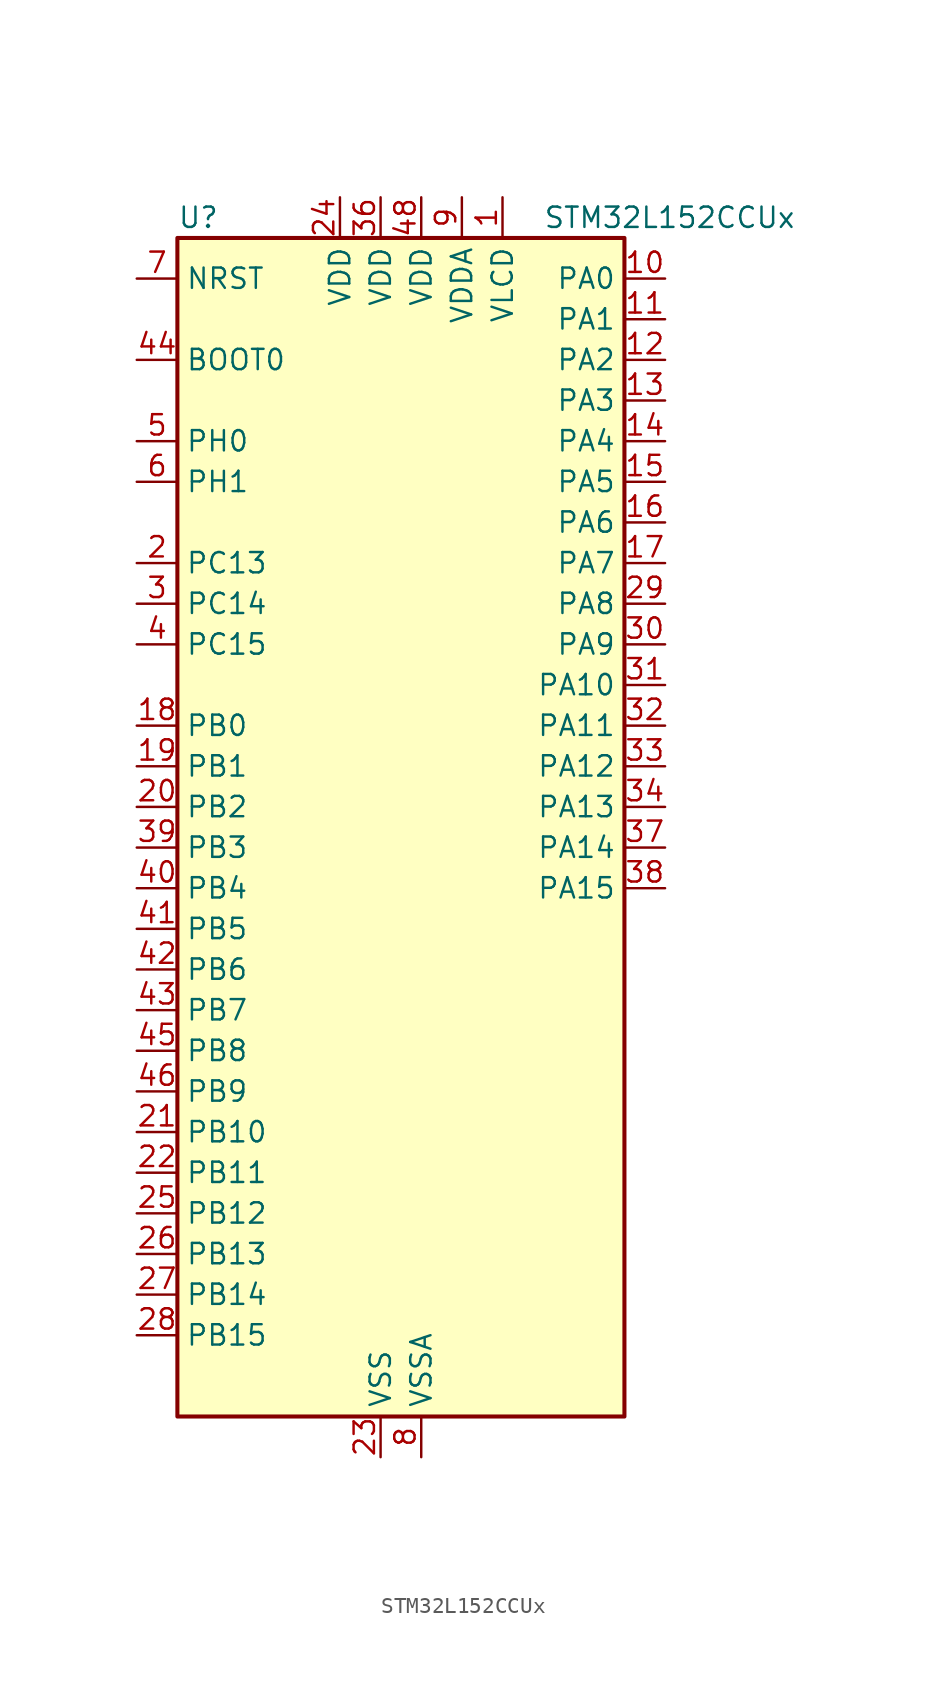
<source format=kicad_sym>
(kicad_symbol_lib
  (version 20231120)
  (generator "kicad-library-utils")
  (generator_version "8.0")
  (symbol "STM32L152CCUx"
    (property "Reference" "U"
      (at -12.7 39.37 0)
      (effects (font (size 1.27 1.27)) (justify left)))
    (property "Value" "STM32L152CCUx"
      (at 10.16 39.37 0)
      (effects (font (size 1.27 1.27)) (justify left)))
    (symbol "STM32L152CCUx_0_1"
      (rectangle (start -12.7 -35.56) (end 15.24 38.1) (stroke (width 0.254) (type default)) (fill (type background))))
    (symbol "STM32L152CCUx_1_1"
      (pin power_in line (at 7.62 40.64 270) (length 2.54) (name "VLCD" (effects (font (size 1.27 1.27)))) (number "1" (effects (font (size 1.27 1.27)))))
      (pin bidirectional line (at 17.78 35.56 180) (length 2.54) (name "PA0" (effects (font (size 1.27 1.27)))) (number "10" (effects (font (size 1.27 1.27)))) (alternate "ADC_IN0" bidirectional line) (alternate "COMP1_INP" bidirectional line) (alternate "RTC_TAMP2" bidirectional line) (alternate "SYS_WKUP1" bidirectional line) (alternate "TIM2_CH1" bidirectional line) (alternate "TIM2_ETR" bidirectional line) (alternate "TIM5_CH1" bidirectional line) (alternate "TIMX_IC1" bidirectional line) (alternate "TS_G1_IO1" bidirectional line) (alternate "USART2_CTS" bidirectional line))
      (pin bidirectional line (at 17.78 33.02 180) (length 2.54) (name "PA1" (effects (font (size 1.27 1.27)))) (number "11" (effects (font (size 1.27 1.27)))) (alternate "ADC_IN1" bidirectional line) (alternate "COMP1_INP" bidirectional line) (alternate "LCD_SEG0" bidirectional line) (alternate "OPAMP1_VINP" bidirectional line) (alternate "TIM2_CH2" bidirectional line) (alternate "TIM5_CH2" bidirectional line) (alternate "TIMX_IC2" bidirectional line) (alternate "TS_G1_IO2" bidirectional line) (alternate "USART2_RTS" bidirectional line))
      (pin bidirectional line (at 17.78 30.48 180) (length 2.54) (name "PA2" (effects (font (size 1.27 1.27)))) (number "12" (effects (font (size 1.27 1.27)))) (alternate "ADC_IN2" bidirectional line) (alternate "COMP1_INP" bidirectional line) (alternate "LCD_SEG1" bidirectional line) (alternate "OPAMP1_VINM" bidirectional line) (alternate "TIM2_CH3" bidirectional line) (alternate "TIM5_CH3" bidirectional line) (alternate "TIM9_CH1" bidirectional line) (alternate "TIMX_IC3" bidirectional line) (alternate "TS_G1_IO3" bidirectional line) (alternate "USART2_TX" bidirectional line))
      (pin bidirectional line (at 17.78 27.94 180) (length 2.54) (name "PA3" (effects (font (size 1.27 1.27)))) (number "13" (effects (font (size 1.27 1.27)))) (alternate "ADC_IN3" bidirectional line) (alternate "COMP1_INP" bidirectional line) (alternate "LCD_SEG2" bidirectional line) (alternate "OPAMP1_VOUT" bidirectional line) (alternate "TIM2_CH4" bidirectional line) (alternate "TIM5_CH4" bidirectional line) (alternate "TIM9_CH2" bidirectional line) (alternate "TIMX_IC4" bidirectional line) (alternate "TS_G1_IO4" bidirectional line) (alternate "USART2_RX" bidirectional line))
      (pin bidirectional line (at 17.78 25.4 180) (length 2.54) (name "PA4" (effects (font (size 1.27 1.27)))) (number "14" (effects (font (size 1.27 1.27)))) (alternate "ADC_IN4" bidirectional line) (alternate "COMP1_INP" bidirectional line) (alternate "DAC_OUT1" bidirectional line) (alternate "I2S3_WS" bidirectional line) (alternate "SPI1_NSS" bidirectional line) (alternate "SPI3_NSS" bidirectional line) (alternate "TIMX_IC1" bidirectional line) (alternate "USART2_CK" bidirectional line))
      (pin bidirectional line (at 17.78 22.86 180) (length 2.54) (name "PA5" (effects (font (size 1.27 1.27)))) (number "15" (effects (font (size 1.27 1.27)))) (alternate "ADC_IN5" bidirectional line) (alternate "COMP1_INP" bidirectional line) (alternate "DAC_OUT2" bidirectional line) (alternate "SPI1_SCK" bidirectional line) (alternate "TIM2_CH1" bidirectional line) (alternate "TIM2_ETR" bidirectional line) (alternate "TIMX_IC2" bidirectional line))
      (pin bidirectional line (at 17.78 20.32 180) (length 2.54) (name "PA6" (effects (font (size 1.27 1.27)))) (number "16" (effects (font (size 1.27 1.27)))) (alternate "ADC_IN6" bidirectional line) (alternate "COMP1_INP" bidirectional line) (alternate "LCD_SEG3" bidirectional line) (alternate "OPAMP2_VINP" bidirectional line) (alternate "SPI1_MISO" bidirectional line) (alternate "TIM10_CH1" bidirectional line) (alternate "TIM3_CH1" bidirectional line) (alternate "TIMX_IC3" bidirectional line) (alternate "TS_G2_IO1" bidirectional line))
      (pin bidirectional line (at 17.78 17.78 180) (length 2.54) (name "PA7" (effects (font (size 1.27 1.27)))) (number "17" (effects (font (size 1.27 1.27)))) (alternate "ADC_IN7" bidirectional line) (alternate "COMP1_INP" bidirectional line) (alternate "LCD_SEG4" bidirectional line) (alternate "OPAMP2_VINM" bidirectional line) (alternate "SPI1_MOSI" bidirectional line) (alternate "TIM11_CH1" bidirectional line) (alternate "TIM3_CH2" bidirectional line) (alternate "TIMX_IC4" bidirectional line) (alternate "TS_G2_IO2" bidirectional line))
      (pin bidirectional line (at -15.24 7.62 0) (length 2.54) (name "PB0" (effects (font (size 1.27 1.27)))) (number "18" (effects (font (size 1.27 1.27)))) (alternate "ADC_IN8" bidirectional line) (alternate "COMP1_INP" bidirectional line) (alternate "LCD_SEG5" bidirectional line) (alternate "OPAMP2_VOUT" bidirectional line) (alternate "SYS_V_REF_OUT" bidirectional line) (alternate "TIM3_CH3" bidirectional line) (alternate "TS_G3_IO1" bidirectional line))
      (pin bidirectional line (at -15.24 5.08 0) (length 2.54) (name "PB1" (effects (font (size 1.27 1.27)))) (number "19" (effects (font (size 1.27 1.27)))) (alternate "ADC_IN9" bidirectional line) (alternate "COMP1_INP" bidirectional line) (alternate "LCD_SEG6" bidirectional line) (alternate "SYS_V_REF_OUT" bidirectional line) (alternate "TIM3_CH4" bidirectional line) (alternate "TS_G3_IO2" bidirectional line))
      (pin bidirectional line (at -15.24 17.78 0) (length 2.54) (name "PC13" (effects (font (size 1.27 1.27)))) (number "2" (effects (font (size 1.27 1.27)))) (alternate "RTC_OUT_ALARM" bidirectional line) (alternate "RTC_OUT_CALIB" bidirectional line) (alternate "RTC_TAMP1" bidirectional line) (alternate "RTC_TS" bidirectional line) (alternate "SYS_WKUP2" bidirectional line) (alternate "TIMX_IC2" bidirectional line))
      (pin bidirectional line (at -15.24 2.54 0) (length 2.54) (name "PB2" (effects (font (size 1.27 1.27)))) (number "20" (effects (font (size 1.27 1.27)))) (alternate "TS_G3_IO3" bidirectional line))
      (pin bidirectional line (at -15.24 -17.78 0) (length 2.54) (name "PB10" (effects (font (size 1.27 1.27)))) (number "21" (effects (font (size 1.27 1.27)))) (alternate "I2C2_SCL" bidirectional line) (alternate "LCD_SEG10" bidirectional line) (alternate "TIM2_CH3" bidirectional line) (alternate "USART3_TX" bidirectional line))
      (pin bidirectional line (at -15.24 -20.32 0) (length 2.54) (name "PB11" (effects (font (size 1.27 1.27)))) (number "22" (effects (font (size 1.27 1.27)))) (alternate "ADC_EXTI11" bidirectional line) (alternate "I2C2_SDA" bidirectional line) (alternate "LCD_SEG11" bidirectional line) (alternate "TIM2_CH4" bidirectional line) (alternate "USART3_RX" bidirectional line))
      (pin power_in line (at 0 -38.1 90) (length 2.54) (name "VSS" (effects (font (size 1.27 1.27)))) (number "23" (effects (font (size 1.27 1.27)))))
      (pin power_in line (at -2.54 40.64 270) (length 2.54) (name "VDD" (effects (font (size 1.27 1.27)))) (number "24" (effects (font (size 1.27 1.27)))))
      (pin bidirectional line (at -15.24 -22.86 0) (length 2.54) (name "PB12" (effects (font (size 1.27 1.27)))) (number "25" (effects (font (size 1.27 1.27)))) (alternate "ADC_IN18" bidirectional line) (alternate "COMP1_INP" bidirectional line) (alternate "I2C2_SMBA" bidirectional line) (alternate "I2S2_WS" bidirectional line) (alternate "LCD_SEG12" bidirectional line) (alternate "SPI2_NSS" bidirectional line) (alternate "TIM10_CH1" bidirectional line) (alternate "TS_G7_IO1" bidirectional line) (alternate "USART3_CK" bidirectional line))
      (pin bidirectional line (at -15.24 -25.4 0) (length 2.54) (name "PB13" (effects (font (size 1.27 1.27)))) (number "26" (effects (font (size 1.27 1.27)))) (alternate "ADC_IN19" bidirectional line) (alternate "COMP1_INP" bidirectional line) (alternate "I2S2_CK" bidirectional line) (alternate "LCD_SEG13" bidirectional line) (alternate "SPI2_SCK" bidirectional line) (alternate "TIM9_CH1" bidirectional line) (alternate "TS_G7_IO2" bidirectional line) (alternate "USART3_CTS" bidirectional line))
      (pin bidirectional line (at -15.24 -27.94 0) (length 2.54) (name "PB14" (effects (font (size 1.27 1.27)))) (number "27" (effects (font (size 1.27 1.27)))) (alternate "ADC_IN20" bidirectional line) (alternate "COMP1_INP" bidirectional line) (alternate "LCD_SEG14" bidirectional line) (alternate "SPI2_MISO" bidirectional line) (alternate "TIM9_CH2" bidirectional line) (alternate "TS_G7_IO3" bidirectional line) (alternate "USART3_RTS" bidirectional line))
      (pin bidirectional line (at -15.24 -30.48 0) (length 2.54) (name "PB15" (effects (font (size 1.27 1.27)))) (number "28" (effects (font (size 1.27 1.27)))) (alternate "ADC_EXTI15" bidirectional line) (alternate "ADC_IN21" bidirectional line) (alternate "COMP1_INP" bidirectional line) (alternate "I2S2_SD" bidirectional line) (alternate "LCD_SEG15" bidirectional line) (alternate "RTC_REFIN" bidirectional line) (alternate "SPI2_MOSI" bidirectional line) (alternate "TIM11_CH1" bidirectional line) (alternate "TS_G7_IO4" bidirectional line))
      (pin bidirectional line (at 17.78 15.24 180) (length 2.54) (name "PA8" (effects (font (size 1.27 1.27)))) (number "29" (effects (font (size 1.27 1.27)))) (alternate "LCD_COM0" bidirectional line) (alternate "RCC_MCO" bidirectional line) (alternate "TIMX_IC1" bidirectional line) (alternate "TS_G4_IO1" bidirectional line) (alternate "USART1_CK" bidirectional line))
      (pin bidirectional line (at -15.24 15.24 0) (length 2.54) (name "PC14" (effects (font (size 1.27 1.27)))) (number "3" (effects (font (size 1.27 1.27)))) (alternate "RCC_OSC32_IN" bidirectional line) (alternate "TIMX_IC3" bidirectional line))
      (pin bidirectional line (at 17.78 12.7 180) (length 2.54) (name "PA9" (effects (font (size 1.27 1.27)))) (number "30" (effects (font (size 1.27 1.27)))) (alternate "DAC_EXTI9" bidirectional line) (alternate "LCD_COM1" bidirectional line) (alternate "TIMX_IC2" bidirectional line) (alternate "TS_G4_IO2" bidirectional line) (alternate "USART1_TX" bidirectional line))
      (pin bidirectional line (at 17.78 10.16 180) (length 2.54) (name "PA10" (effects (font (size 1.27 1.27)))) (number "31" (effects (font (size 1.27 1.27)))) (alternate "LCD_COM2" bidirectional line) (alternate "TIMX_IC3" bidirectional line) (alternate "TS_G4_IO3" bidirectional line) (alternate "USART1_RX" bidirectional line))
      (pin bidirectional line (at 17.78 7.62 180) (length 2.54) (name "PA11" (effects (font (size 1.27 1.27)))) (number "32" (effects (font (size 1.27 1.27)))) (alternate "ADC_EXTI11" bidirectional line) (alternate "SPI1_MISO" bidirectional line) (alternate "TIMX_IC4" bidirectional line) (alternate "USART1_CTS" bidirectional line) (alternate "USB_DM" bidirectional line))
      (pin bidirectional line (at 17.78 5.08 180) (length 2.54) (name "PA12" (effects (font (size 1.27 1.27)))) (number "33" (effects (font (size 1.27 1.27)))) (alternate "SPI1_MOSI" bidirectional line) (alternate "TIMX_IC1" bidirectional line) (alternate "USART1_RTS" bidirectional line) (alternate "USB_DP" bidirectional line))
      (pin bidirectional line (at 17.78 2.54 180) (length 2.54) (name "PA13" (effects (font (size 1.27 1.27)))) (number "34" (effects (font (size 1.27 1.27)))) (alternate "SYS_JTMS-SWDIO" bidirectional line) (alternate "TIMX_IC2" bidirectional line) (alternate "TS_G5_IO1" bidirectional line))
      (pin passive line (at 0 -38.1 90) (length 2.54) hide (name "VSS" (effects (font (size 1.27 1.27)))) (number "35" (effects (font (size 1.27 1.27)))))
      (pin power_in line (at 0 40.64 270) (length 2.54) (name "VDD" (effects (font (size 1.27 1.27)))) (number "36" (effects (font (size 1.27 1.27)))))
      (pin bidirectional line (at 17.78 0 180) (length 2.54) (name "PA14" (effects (font (size 1.27 1.27)))) (number "37" (effects (font (size 1.27 1.27)))) (alternate "SYS_JTCK-SWCLK" bidirectional line) (alternate "TIMX_IC3" bidirectional line) (alternate "TS_G5_IO2" bidirectional line))
      (pin bidirectional line (at 17.78 -2.54 180) (length 2.54) (name "PA15" (effects (font (size 1.27 1.27)))) (number "38" (effects (font (size 1.27 1.27)))) (alternate "ADC_EXTI15" bidirectional line) (alternate "I2S3_WS" bidirectional line) (alternate "LCD_SEG17" bidirectional line) (alternate "SPI1_NSS" bidirectional line) (alternate "SPI3_NSS" bidirectional line) (alternate "SYS_JTDI" bidirectional line) (alternate "TIM2_CH1" bidirectional line) (alternate "TIM2_ETR" bidirectional line) (alternate "TIMX_IC4" bidirectional line) (alternate "TS_G5_IO3" bidirectional line))
      (pin bidirectional line (at -15.24 0 0) (length 2.54) (name "PB3" (effects (font (size 1.27 1.27)))) (number "39" (effects (font (size 1.27 1.27)))) (alternate "COMP2_INM" bidirectional line) (alternate "I2S3_CK" bidirectional line) (alternate "LCD_SEG7" bidirectional line) (alternate "SPI1_SCK" bidirectional line) (alternate "SPI3_SCK" bidirectional line) (alternate "SYS_JTDO-TRACESWO" bidirectional line) (alternate "TIM2_CH2" bidirectional line))
      (pin bidirectional line (at -15.24 12.7 0) (length 2.54) (name "PC15" (effects (font (size 1.27 1.27)))) (number "4" (effects (font (size 1.27 1.27)))) (alternate "ADC_EXTI15" bidirectional line) (alternate "RCC_OSC32_OUT" bidirectional line) (alternate "TIMX_IC4" bidirectional line))
      (pin bidirectional line (at -15.24 -2.54 0) (length 2.54) (name "PB4" (effects (font (size 1.27 1.27)))) (number "40" (effects (font (size 1.27 1.27)))) (alternate "COMP2_INP" bidirectional line) (alternate "LCD_SEG8" bidirectional line) (alternate "SPI1_MISO" bidirectional line) (alternate "SPI3_MISO" bidirectional line) (alternate "SYS_JTRST" bidirectional line) (alternate "TIM3_CH1" bidirectional line) (alternate "TS_G6_IO1" bidirectional line))
      (pin bidirectional line (at -15.24 -5.08 0) (length 2.54) (name "PB5" (effects (font (size 1.27 1.27)))) (number "41" (effects (font (size 1.27 1.27)))) (alternate "COMP2_INP" bidirectional line) (alternate "I2C1_SMBA" bidirectional line) (alternate "I2S3_SD" bidirectional line) (alternate "LCD_SEG9" bidirectional line) (alternate "SPI1_MOSI" bidirectional line) (alternate "SPI3_MOSI" bidirectional line) (alternate "TIM3_CH2" bidirectional line) (alternate "TS_G6_IO2" bidirectional line))
      (pin bidirectional line (at -15.24 -7.62 0) (length 2.54) (name "PB6" (effects (font (size 1.27 1.27)))) (number "42" (effects (font (size 1.27 1.27)))) (alternate "COMP2_INP" bidirectional line) (alternate "I2C1_SCL" bidirectional line) (alternate "TIM4_CH1" bidirectional line) (alternate "TS_G6_IO3" bidirectional line) (alternate "USART1_TX" bidirectional line))
      (pin bidirectional line (at -15.24 -10.16 0) (length 2.54) (name "PB7" (effects (font (size 1.27 1.27)))) (number "43" (effects (font (size 1.27 1.27)))) (alternate "COMP2_INP" bidirectional line) (alternate "I2C1_SDA" bidirectional line) (alternate "SYS_PVD_IN" bidirectional line) (alternate "TIM4_CH2" bidirectional line) (alternate "TS_G6_IO4" bidirectional line) (alternate "USART1_RX" bidirectional line))
      (pin input line (at -15.24 30.48 0) (length 2.54) (name "BOOT0" (effects (font (size 1.27 1.27)))) (number "44" (effects (font (size 1.27 1.27)))))
      (pin bidirectional line (at -15.24 -12.7 0) (length 2.54) (name "PB8" (effects (font (size 1.27 1.27)))) (number "45" (effects (font (size 1.27 1.27)))) (alternate "I2C1_SCL" bidirectional line) (alternate "LCD_SEG16" bidirectional line) (alternate "TIM10_CH1" bidirectional line) (alternate "TIM4_CH3" bidirectional line))
      (pin bidirectional line (at -15.24 -15.24 0) (length 2.54) (name "PB9" (effects (font (size 1.27 1.27)))) (number "46" (effects (font (size 1.27 1.27)))) (alternate "DAC_EXTI9" bidirectional line) (alternate "I2C1_SDA" bidirectional line) (alternate "LCD_COM3" bidirectional line) (alternate "TIM11_CH1" bidirectional line) (alternate "TIM4_CH4" bidirectional line))
      (pin passive line (at 0 -38.1 90) (length 2.54) hide (name "VSS" (effects (font (size 1.27 1.27)))) (number "47" (effects (font (size 1.27 1.27)))))
      (pin power_in line (at 2.54 40.64 270) (length 2.54) (name "VDD" (effects (font (size 1.27 1.27)))) (number "48" (effects (font (size 1.27 1.27)))))
      (pin passive line (at 0 -38.1 90) (length 2.54) hide (name "VSS" (effects (font (size 1.27 1.27)))) (number "49" (effects (font (size 1.27 1.27)))))
      (pin bidirectional line (at -15.24 25.4 0) (length 2.54) (name "PH0" (effects (font (size 1.27 1.27)))) (number "5" (effects (font (size 1.27 1.27)))) (alternate "RCC_OSC_IN" bidirectional line))
      (pin bidirectional line (at -15.24 22.86 0) (length 2.54) (name "PH1" (effects (font (size 1.27 1.27)))) (number "6" (effects (font (size 1.27 1.27)))) (alternate "RCC_OSC_OUT" bidirectional line))
      (pin input line (at -15.24 35.56 0) (length 2.54) (name "NRST" (effects (font (size 1.27 1.27)))) (number "7" (effects (font (size 1.27 1.27)))))
      (pin power_in line (at 2.54 -38.1 90) (length 2.54) (name "VSSA" (effects (font (size 1.27 1.27)))) (number "8" (effects (font (size 1.27 1.27)))))
      (pin power_in line (at 5.08 40.64 270) (length 2.54) (name "VDDA" (effects (font (size 1.27 1.27)))) (number "9" (effects (font (size 1.27 1.27))))))))
</source>
